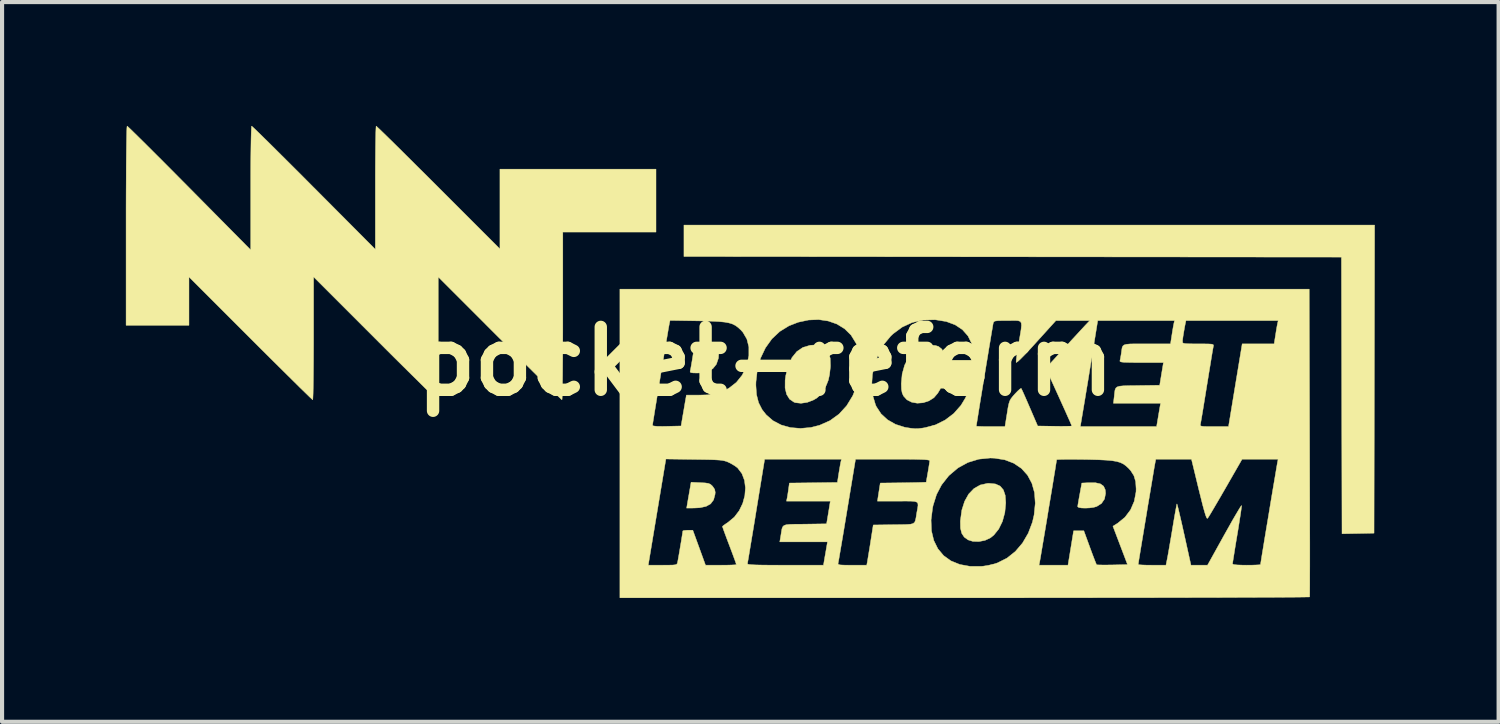
<source format=kicad_pcb>
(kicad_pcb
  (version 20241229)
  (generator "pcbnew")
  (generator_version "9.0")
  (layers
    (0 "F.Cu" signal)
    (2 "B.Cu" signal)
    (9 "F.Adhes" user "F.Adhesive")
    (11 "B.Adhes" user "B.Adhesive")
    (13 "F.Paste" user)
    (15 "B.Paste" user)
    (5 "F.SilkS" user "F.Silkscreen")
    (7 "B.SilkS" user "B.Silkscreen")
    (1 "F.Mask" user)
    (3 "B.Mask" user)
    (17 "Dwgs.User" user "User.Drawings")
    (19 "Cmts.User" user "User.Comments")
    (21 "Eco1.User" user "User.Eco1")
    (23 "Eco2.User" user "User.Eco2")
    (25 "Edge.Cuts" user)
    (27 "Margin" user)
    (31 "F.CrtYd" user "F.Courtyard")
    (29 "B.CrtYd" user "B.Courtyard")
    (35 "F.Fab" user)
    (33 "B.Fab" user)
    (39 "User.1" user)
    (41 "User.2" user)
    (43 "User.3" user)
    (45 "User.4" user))
  (footprint "pocket-reform"
    (layer "F.Cu")
    (at 15.499 5.706)
    (property "Reference" "pocket-reform" (at 0 0 0) (layer "F.SilkS") (effects (font (size 1.524 1.524) (thickness 0.3))))
    (attr through_hole)
    (fp_poly (pts (xy 14.746 4.163) (xy 14.358 4.171) (xy 13.97 4.178) (xy 13.963 0.826) (xy 13.956 -2.526) (xy 5.99 -2.533) (xy -1.976 -2.54) (xy -1.976 -3.302) (xy 14.76 -3.302) (xy 14.746 4.163)) (stroke (width 0.01) (type solid)) (fill yes) (layer "F.SilkS"))
    (fp_poly (pts (xy -1.377 -0.407) (xy -1.25 -0.359) (xy -1.169 -0.281) (xy -1.134 -0.175) (xy -1.14 -0.078) (xy -1.19 0.07) (xy -1.277 0.178) (xy -1.405 0.247) (xy -1.573 0.28) (xy -1.65 0.282) (xy -1.75 0.281) (xy -1.805 0.273) (xy -1.826 0.258) (xy -1.824 0.233) (xy -1.814 0.186) (xy -1.798 0.096) (xy -1.778 -0.021) (xy -1.762 -0.12) (xy -1.713 -0.423) (xy -1.547 -0.423) (xy -1.377 -0.407)) (stroke (width 0.01) (type solid)) (fill yes) (layer "F.SilkS"))
    (fp_poly (pts (xy -1.576 2.94) (xy -1.461 2.946) (xy -1.386 2.957) (xy -1.337 2.977) (xy -1.297 3.011) (xy -1.278 3.032) (xy -1.231 3.102) (xy -1.218 3.174) (xy -1.223 3.227) (xy -1.258 3.357) (xy -1.329 3.452) (xy -1.439 3.514) (xy -1.592 3.547) (xy -1.725 3.554) (xy -1.911 3.556) (xy -1.874 3.337) (xy -1.853 3.218) (xy -1.834 3.108) (xy -1.82 3.029) (xy -1.82 3.024) (xy -1.803 2.929) (xy -1.576 2.94)) (stroke (width 0.01) (type solid)) (fill yes) (layer "F.SilkS"))
    (fp_poly (pts (xy 7.997 2.942) (xy 8.116 2.969) (xy 8.193 3.025) (xy 8.233 3.112) (xy 8.241 3.199) (xy 8.215 3.335) (xy 8.142 3.443) (xy 8.025 3.517) (xy 7.951 3.538) (xy 7.855 3.551) (xy 7.753 3.556) (xy 7.661 3.553) (xy 7.593 3.542) (xy 7.565 3.523) (xy 7.565 3.521) (xy 7.57 3.479) (xy 7.584 3.396) (xy 7.603 3.286) (xy 7.616 3.217) (xy 7.665 2.949) (xy 7.832 2.941) (xy 7.997 2.942)) (stroke (width 0.01) (type solid)) (fill yes) (layer "F.SilkS"))
    (fp_poly (pts (xy 5.571 2.971) (xy 5.686 3.023) (xy 5.764 3.114) (xy 5.809 3.247) (xy 5.822 3.426) (xy 5.822 3.432) (xy 5.8 3.664) (xy 5.742 3.877) (xy 5.652 4.062) (xy 5.534 4.209) (xy 5.45 4.277) (xy 5.319 4.338) (xy 5.17 4.367) (xy 5.024 4.362) (xy 4.911 4.327) (xy 4.816 4.259) (xy 4.756 4.168) (xy 4.725 4.044) (xy 4.722 3.878) (xy 4.724 3.85) (xy 4.758 3.602) (xy 4.826 3.39) (xy 4.924 3.215) (xy 5.051 3.083) (xy 5.203 2.996) (xy 5.378 2.957) (xy 5.417 2.956) (xy 5.571 2.971)) (stroke (width 0.01) (type solid)) (fill yes) (layer "F.SilkS"))
    (fp_poly (pts (xy 1.335 -0.376) (xy 1.449 -0.317) (xy 1.527 -0.217) (xy 1.568 -0.075) (xy 1.574 0.11) (xy 1.571 0.153) (xy 1.552 0.321) (xy 1.523 0.454) (xy 1.476 0.574) (xy 1.406 0.703) (xy 1.405 0.705) (xy 1.328 0.814) (xy 1.24 0.891) (xy 1.161 0.937) (xy 1.012 0.994) (xy 0.861 1.016) (xy 0.725 1.001) (xy 0.691 0.989) (xy 0.584 0.916) (xy 0.512 0.8) (xy 0.475 0.646) (xy 0.476 0.456) (xy 0.491 0.346) (xy 0.552 0.103) (xy 0.642 -0.092) (xy 0.761 -0.239) (xy 0.908 -0.338) (xy 1.082 -0.389) (xy 1.182 -0.395) (xy 1.335 -0.376)) (stroke (width 0.01) (type solid)) (fill yes) (layer "F.SilkS"))
    (fp_poly (pts (xy -9.411 -5.681) (xy -9.351 -5.625) (xy -9.258 -5.535) (xy -9.134 -5.414) (xy -8.983 -5.266) (xy -8.808 -5.093) (xy -8.613 -4.899) (xy -8.399 -4.686) (xy -8.17 -4.459) (xy -7.93 -4.219) (xy -7.923 -4.212) (xy -6.435 -2.724) (xy -6.435 -4.657) (xy -2.653 -4.657) (xy -2.653 -3.133) (xy -4.911 -3.133) (xy -4.911 -1.101) (xy -4.911 -0.768) (xy -4.912 -0.452) (xy -4.913 -0.157) (xy -4.915 0.112) (xy -4.917 0.35) (xy -4.92 0.554) (xy -4.922 0.718) (xy -4.925 0.839) (xy -4.929 0.911) (xy -4.932 0.931) (xy -4.955 0.912) (xy -5.014 0.856) (xy -5.107 0.765) (xy -5.231 0.645) (xy -5.382 0.496) (xy -5.557 0.323) (xy -5.753 0.129) (xy -5.966 -0.083) (xy -6.195 -0.311) (xy -6.435 -0.551) (xy -6.442 -0.557) (xy -7.93 -2.046) (xy -7.93 -0.557) (xy -7.931 -0.273) (xy -7.932 -0.007) (xy -7.934 0.236) (xy -7.936 0.451) (xy -7.939 0.633) (xy -7.942 0.776) (xy -7.946 0.876) (xy -7.95 0.926) (xy -7.952 0.931) (xy -7.974 0.912) (xy -8.034 0.856) (xy -8.127 0.765) (xy -8.251 0.645) (xy -8.401 0.496) (xy -8.576 0.323) (xy -8.772 0.129) (xy -8.986 -0.083) (xy -9.215 -0.311) (xy -9.455 -0.551) (xy -9.461 -0.557) (xy -10.95 -2.046) (xy -10.95 -0.557) (xy -10.951 -0.273) (xy -10.952 -0.007) (xy -10.954 0.236) (xy -10.956 0.451) (xy -10.959 0.633) (xy -10.962 0.776) (xy -10.966 0.876) (xy -10.97 0.926) (xy -10.971 0.931) (xy -10.994 0.912) (xy -11.054 0.856) (xy -11.147 0.765) (xy -11.271 0.645) (xy -11.421 0.496) (xy -11.596 0.323) (xy -11.792 0.129) (xy -12.006 -0.083) (xy -12.235 -0.311) (xy -12.475 -0.551) (xy -12.481 -0.557) (xy -13.97 -2.046) (xy -13.97 -0.875) (xy -15.494 -0.875) (xy -15.494 -3.288) (xy -15.494 -3.693) (xy -15.493 -4.07) (xy -15.491 -4.415) (xy -15.49 -4.727) (xy -15.487 -5) (xy -15.484 -5.233) (xy -15.481 -5.423) (xy -15.478 -5.566) (xy -15.474 -5.659) (xy -15.469 -5.699) (xy -15.468 -5.701) (xy -15.445 -5.681) (xy -15.385 -5.625) (xy -15.292 -5.534) (xy -15.168 -5.412) (xy -15.017 -5.263) (xy -14.843 -5.089) (xy -14.647 -4.894) (xy -14.434 -4.68) (xy -14.207 -4.451) (xy -13.968 -4.21) (xy -13.958 -4.2) (xy -12.474 -2.7) (xy -12.474 -4.2) (xy -12.474 -4.486) (xy -12.473 -4.753) (xy -12.471 -4.997) (xy -12.468 -5.214) (xy -12.465 -5.397) (xy -12.461 -5.542) (xy -12.457 -5.643) (xy -12.453 -5.695) (xy -12.451 -5.701) (xy -12.428 -5.681) (xy -12.368 -5.625) (xy -12.275 -5.535) (xy -12.151 -5.413) (xy -12 -5.265) (xy -11.825 -5.091) (xy -11.63 -4.897) (xy -11.416 -4.684) (xy -11.188 -4.456) (xy -10.949 -4.215) (xy -10.941 -4.208) (xy -9.454 -2.714) (xy -9.454 -4.208) (xy -9.454 -4.492) (xy -9.453 -4.759) (xy -9.451 -5.002) (xy -9.449 -5.218) (xy -9.446 -5.4) (xy -9.443 -5.544) (xy -9.439 -5.644) (xy -9.435 -5.695) (xy -9.433 -5.701) (xy -9.411 -5.681)) (stroke (width 0.01) (type solid)) (fill yes) (layer "F.SilkS"))
    (fp_poly (pts (xy 13.185 1.968) (xy 13.186 2.422) (xy 13.187 2.86) (xy 13.188 3.279) (xy 13.189 3.676) (xy 13.189 4.048) (xy 13.19 4.391) (xy 13.19 4.701) (xy 13.19 4.976) (xy 13.189 5.213) (xy 13.189 5.407) (xy 13.188 5.556) (xy 13.187 5.656) (xy 13.186 5.704) (xy 13.186 5.708) (xy 13.157 5.71) (xy 13.074 5.711) (xy 12.94 5.713) (xy 12.755 5.715) (xy 12.522 5.716) (xy 12.244 5.718) (xy 11.923 5.719) (xy 11.561 5.72) (xy 11.16 5.722) (xy 10.723 5.723) (xy 10.25 5.724) (xy 9.746 5.725) (xy 9.212 5.726) (xy 8.649 5.727) (xy 8.062 5.727) (xy 7.45 5.728) (xy 6.818 5.728) (xy 6.166 5.729) (xy 5.497 5.729) (xy 4.824 5.729) (xy -3.528 5.729) (xy -3.528 4.939) (xy -2.841 4.939) (xy -2.493 4.939) (xy -2.348 4.938) (xy -2.25 4.936) (xy -2.189 4.93) (xy -2.155 4.918) (xy -2.139 4.899) (xy -2.132 4.875) (xy -2.122 4.825) (xy -2.106 4.736) (xy -2.086 4.621) (xy -2.065 4.494) (xy -2.043 4.367) (xy -2.025 4.253) (xy -2.011 4.165) (xy -2.004 4.115) (xy -2.004 4.11) (xy -1.979 4.099) (xy -1.915 4.093) (xy -1.882 4.092) (xy -1.761 4.092) (xy -1.607 4.515) (xy -1.453 4.939) (xy -1.079 4.939) (xy -0.942 4.938) (xy -0.827 4.935) (xy -0.745 4.931) (xy -0.707 4.925) (xy -0.706 4.924) (xy -0.712 4.904) (xy -0.439 4.904) (xy -0.43 4.914) (xy -0.396 4.922) (xy -0.331 4.928) (xy -0.23 4.933) (xy -0.089 4.936) (xy 0.097 4.938) (xy 0.332 4.939) (xy 0.478 4.939) (xy 1.405 4.939) (xy 1.41 4.91) (xy 1.759 4.91) (xy 1.774 4.924) (xy 1.815 4.933) (xy 1.889 4.937) (xy 2.006 4.939) (xy 2.099 4.939) (xy 2.453 4.939) (xy 2.47 4.847) (xy 2.48 4.786) (xy 2.497 4.682) (xy 2.519 4.549) (xy 2.543 4.4) (xy 2.549 4.36) (xy 2.611 3.965) (xy 3.111 3.958) (xy 3.292 3.956) (xy 3.424 3.953) (xy 3.516 3.946) (xy 3.576 3.93) (xy 3.613 3.901) (xy 3.634 3.853) (xy 3.636 3.844) (xy 4.012 3.844) (xy 4.022 4.107) (xy 4.078 4.34) (xy 4.177 4.541) (xy 4.316 4.707) (xy 4.494 4.835) (xy 4.708 4.922) (xy 4.955 4.967) (xy 5.235 4.967) (xy 5.278 4.963) (xy 5.408 4.942) (xy 5.419 4.939) (xy 6.628 4.939) (xy 7.33 4.939) (xy 7.398 4.523) (xy 7.466 4.106) (xy 7.714 4.106) (xy 7.862 4.511) (xy 7.914 4.652) (xy 7.96 4.773) (xy 7.996 4.865) (xy 8.018 4.918) (xy 8.023 4.928) (xy 8.054 4.932) (xy 8.131 4.934) (xy 8.243 4.935) (xy 8.378 4.933) (xy 8.404 4.933) (xy 8.773 4.925) (xy 8.772 4.924) (xy 9.031 4.924) (xy 9.058 4.929) (xy 9.129 4.934) (xy 9.236 4.938) (xy 9.366 4.939) (xy 9.704 4.939) (xy 9.734 4.791) (xy 9.748 4.718) (xy 9.769 4.6) (xy 9.795 4.449) (xy 9.825 4.275) (xy 9.856 4.09) (xy 9.862 4.054) (xy 9.891 3.879) (xy 9.918 3.723) (xy 9.941 3.596) (xy 9.958 3.505) (xy 9.968 3.459) (xy 9.97 3.455) (xy 9.978 3.478) (xy 9.997 3.55) (xy 10.024 3.663) (xy 10.059 3.811) (xy 10.099 3.985) (xy 10.142 4.18) (xy 10.145 4.192) (xy 10.31 4.939) (xy 10.711 4.939) (xy 11.119 4.203) (xy 11.222 4.02) (xy 11.315 3.854) (xy 11.397 3.714) (xy 11.463 3.603) (xy 11.509 3.528) (xy 11.534 3.494) (xy 11.536 3.494) (xy 11.534 3.528) (xy 11.524 3.609) (xy 11.506 3.731) (xy 11.482 3.884) (xy 11.454 4.062) (xy 11.431 4.199) (xy 11.399 4.389) (xy 11.371 4.561) (xy 11.348 4.707) (xy 11.33 4.819) (xy 11.319 4.889) (xy 11.317 4.909) (xy 11.345 4.923) (xy 11.428 4.933) (xy 11.564 4.938) (xy 11.656 4.939) (xy 11.787 4.938) (xy 11.894 4.934) (xy 11.967 4.93) (xy 11.994 4.924) (xy 11.994 4.924) (xy 11.999 4.893) (xy 12.012 4.813) (xy 12.031 4.692) (xy 12.057 4.535) (xy 12.087 4.351) (xy 12.121 4.145) (xy 12.158 3.925) (xy 12.196 3.698) (xy 12.233 3.471) (xy 12.27 3.25) (xy 12.305 3.042) (xy 12.337 2.855) (xy 12.364 2.695) (xy 12.385 2.569) (xy 12.4 2.484) (xy 12.406 2.448) (xy 12.422 2.371) (xy 11.549 2.371) (xy 11.148 3.069) (xy 11.043 3.251) (xy 10.946 3.417) (xy 10.861 3.562) (xy 10.792 3.679) (xy 10.742 3.761) (xy 10.715 3.801) (xy 10.713 3.803) (xy 10.7 3.804) (xy 10.683 3.776) (xy 10.661 3.717) (xy 10.632 3.62) (xy 10.594 3.482) (xy 10.548 3.297) (xy 10.5 3.105) (xy 10.322 2.371) (xy 9.459 2.371) (xy 9.443 2.448) (xy 9.435 2.492) (xy 9.419 2.582) (xy 9.397 2.713) (xy 9.37 2.876) (xy 9.338 3.067) (xy 9.303 3.276) (xy 9.265 3.499) (xy 9.228 3.726) (xy 9.19 3.953) (xy 9.154 4.171) (xy 9.12 4.375) (xy 9.09 4.556) (xy 9.065 4.709) (xy 9.046 4.825) (xy 9.035 4.899) (xy 9.031 4.924) (xy 8.772 4.924) (xy 8.596 4.46) (xy 8.419 3.995) (xy 8.536 3.921) (xy 8.711 3.778) (xy 8.846 3.598) (xy 8.936 3.39) (xy 8.979 3.161) (xy 8.981 3.09) (xy 8.97 2.914) (xy 8.928 2.772) (xy 8.851 2.65) (xy 8.797 2.59) (xy 8.735 2.533) (xy 8.672 2.487) (xy 8.599 2.452) (xy 8.511 2.426) (xy 8.398 2.407) (xy 8.255 2.394) (xy 8.073 2.385) (xy 7.845 2.379) (xy 7.74 2.377) (xy 7.55 2.375) (xy 7.381 2.374) (xy 7.239 2.375) (xy 7.133 2.377) (xy 7.07 2.38) (xy 7.056 2.384) (xy 7.051 2.415) (xy 7.038 2.495) (xy 7.019 2.617) (xy 6.993 2.773) (xy 6.963 2.958) (xy 6.929 3.164) (xy 6.892 3.384) (xy 6.854 3.611) (xy 6.817 3.839) (xy 6.78 4.06) (xy 6.745 4.268) (xy 6.713 4.455) (xy 6.686 4.615) (xy 6.665 4.742) (xy 6.65 4.826) (xy 6.644 4.861) (xy 6.628 4.939) (xy 5.419 4.939) (xy 5.547 4.908) (xy 5.623 4.883) (xy 5.852 4.768) (xy 6.055 4.606) (xy 6.228 4.403) (xy 6.367 4.165) (xy 6.468 3.898) (xy 6.509 3.721) (xy 6.537 3.439) (xy 6.519 3.182) (xy 6.455 2.954) (xy 6.349 2.757) (xy 6.203 2.595) (xy 6.019 2.47) (xy 5.8 2.386) (xy 5.548 2.346) (xy 5.447 2.342) (xy 5.168 2.37) (xy 4.906 2.45) (xy 4.666 2.581) (xy 4.453 2.761) (xy 4.432 2.783) (xy 4.267 2.993) (xy 4.145 3.226) (xy 4.061 3.494) (xy 4.049 3.553) (xy 4.012 3.844) (xy 3.636 3.844) (xy 3.648 3.783) (xy 3.663 3.686) (xy 3.668 3.657) (xy 3.686 3.56) (xy 3.696 3.49) (xy 3.692 3.441) (xy 3.666 3.411) (xy 3.612 3.394) (xy 3.522 3.387) (xy 3.391 3.386) (xy 3.209 3.387) (xy 3.205 3.387) (xy 2.713 3.387) (xy 2.729 3.281) (xy 2.745 3.178) (xy 2.762 3.07) (xy 2.763 3.062) (xy 2.781 2.949) (xy 3.338 2.942) (xy 3.508 2.939) (xy 3.658 2.936) (xy 3.777 2.933) (xy 3.859 2.93) (xy 3.894 2.928) (xy 3.895 2.927) (xy 3.899 2.899) (xy 3.911 2.828) (xy 3.929 2.727) (xy 3.937 2.681) (xy 3.956 2.568) (xy 3.971 2.474) (xy 3.979 2.416) (xy 3.979 2.406) (xy 3.967 2.396) (xy 3.928 2.388) (xy 3.858 2.381) (xy 3.751 2.377) (xy 3.603 2.373) (xy 3.409 2.371) (xy 3.165 2.371) (xy 3.081 2.371) (xy 2.182 2.371) (xy 1.978 3.605) (xy 1.935 3.864) (xy 1.895 4.106) (xy 1.858 4.326) (xy 1.825 4.519) (xy 1.798 4.677) (xy 1.778 4.796) (xy 1.764 4.869) (xy 1.76 4.889) (xy 1.759 4.91) (xy 1.41 4.91) (xy 1.437 4.748) (xy 1.457 4.635) (xy 1.475 4.531) (xy 1.486 4.466) (xy 1.502 4.374) (xy 0.346 4.374) (xy 0.371 4.226) (xy 0.386 4.131) (xy 0.398 4.06) (xy 0.416 4.011) (xy 0.447 3.979) (xy 0.499 3.96) (xy 0.581 3.951) (xy 0.699 3.947) (xy 0.863 3.946) (xy 0.952 3.945) (xy 1.48 3.937) (xy 1.526 3.662) (xy 1.571 3.387) (xy 0.509 3.387) (xy 0.525 3.309) (xy 0.538 3.234) (xy 0.553 3.134) (xy 0.559 3.09) (xy 0.579 2.949) (xy 1.161 2.942) (xy 1.742 2.934) (xy 1.776 2.716) (xy 1.795 2.602) (xy 1.812 2.504) (xy 1.824 2.439) (xy 1.826 2.434) (xy 1.841 2.371) (xy -0.02 2.371) (xy -0.224 3.619) (xy -0.266 3.879) (xy -0.306 4.121) (xy -0.343 4.342) (xy -0.375 4.534) (xy -0.401 4.692) (xy -0.421 4.81) (xy -0.434 4.882) (xy -0.439 4.904) (xy -0.712 4.904) (xy -0.715 4.894) (xy -0.741 4.82) (xy -0.781 4.711) (xy -0.831 4.577) (xy -0.875 4.461) (xy -0.931 4.313) (xy -0.979 4.184) (xy -1.016 4.083) (xy -1.038 4.02) (xy -1.044 4.001) (xy -1.023 3.981) (xy -0.966 3.94) (xy -0.905 3.899) (xy -0.755 3.774) (xy -0.637 3.618) (xy -0.552 3.442) (xy -0.501 3.255) (xy -0.486 3.066) (xy -0.509 2.884) (xy -0.571 2.72) (xy -0.675 2.583) (xy -0.682 2.577) (xy -0.747 2.529) (xy -0.838 2.475) (xy -0.889 2.45) (xy -0.936 2.429) (xy -0.984 2.414) (xy -1.039 2.402) (xy -1.111 2.393) (xy -1.206 2.387) (xy -1.335 2.382) (xy -1.503 2.379) (xy -1.72 2.376) (xy -1.722 2.376) (xy -2.413 2.366) (xy -2.627 3.653) (xy -2.841 4.939) (xy -3.528 4.939) (xy -3.528 1.552) (xy -2.738 1.552) (xy -2.711 1.566) (xy -2.63 1.574) (xy -2.494 1.576) (xy -2.392 1.574) (xy -2.046 1.566) (xy -1.998 1.284) (xy -1.975 1.153) (xy -1.955 1.034) (xy -1.939 0.942) (xy -1.933 0.91) (xy -1.917 0.818) (xy -1.613 0.818) (xy -1.405 0.812) (xy -1.236 0.79) (xy -1.089 0.749) (xy -0.947 0.684) (xy -0.876 0.643) (xy -0.794 0.579) (xy -0.233 0.579) (xy -0.217 0.807) (xy -0.168 1) (xy -0.082 1.169) (xy 0.017 1.295) (xy 0.182 1.438) (xy 0.381 1.542) (xy 0.606 1.605) (xy 0.849 1.625) (xy 1.102 1.602) (xy 1.312 1.548) (xy 1.564 1.436) (xy 1.782 1.278) (xy 1.966 1.077) (xy 2.114 0.834) (xy 2.206 0.607) (xy 2.215 0.575) (xy 2.574 0.575) (xy 2.598 0.823) (xy 2.665 1.05) (xy 2.686 1.097) (xy 2.801 1.272) (xy 2.959 1.417) (xy 3.153 1.527) (xy 3.373 1.597) (xy 3.416 1.605) (xy 3.536 1.623) (xy 3.624 1.631) (xy 3.706 1.629) (xy 3.806 1.617) (xy 3.866 1.607) (xy 4.006 1.57) (xy 5.108 1.57) (xy 5.135 1.574) (xy 5.207 1.577) (xy 5.314 1.58) (xy 5.445 1.58) (xy 5.456 1.58) (xy 5.803 1.58) (xy 7.629 1.58) (xy 9.477 1.58) (xy 9.509 1.39) (xy 9.528 1.277) (xy 9.546 1.172) (xy 9.557 1.108) (xy 9.574 1.016) (xy 8.431 1.016) (xy 8.451 0.845) (xy 8.46 0.758) (xy 8.469 0.695) (xy 8.488 0.649) (xy 8.522 0.62) (xy 8.581 0.602) (xy 8.671 0.593) (xy 8.8 0.589) (xy 8.976 0.587) (xy 9.026 0.586) (xy 9.552 0.579) (xy 9.597 0.303) (xy 9.643 0.028) (xy 9.109 0.028) (xy 8.923 0.028) (xy 8.787 0.026) (xy 8.692 0.023) (xy 8.632 0.017) (xy 8.6 0.008) (xy 8.588 -0.004) (xy 8.59 -0.021) (xy 8.602 -0.079) (xy 8.617 -0.165) (xy 8.622 -0.198) (xy 8.632 -0.273) (xy 8.641 -0.33) (xy 8.658 -0.37) (xy 8.69 -0.397) (xy 8.744 -0.413) (xy 8.827 -0.421) (xy 8.948 -0.424) (xy 9.112 -0.424) (xy 9.241 -0.423) (xy 9.814 -0.423) (xy 9.822 -0.475) (xy 10.104 -0.475) (xy 10.108 -0.454) (xy 10.126 -0.44) (xy 10.168 -0.431) (xy 10.242 -0.426) (xy 10.356 -0.424) (xy 10.485 -0.423) (xy 10.638 -0.423) (xy 10.743 -0.421) (xy 10.809 -0.417) (xy 10.843 -0.408) (xy 10.856 -0.393) (xy 10.854 -0.37) (xy 10.852 -0.36) (xy 10.844 -0.317) (xy 10.828 -0.226) (xy 10.806 -0.093) (xy 10.779 0.073) (xy 10.747 0.266) (xy 10.713 0.477) (xy 10.696 0.579) (xy 10.661 0.797) (xy 10.628 0.999) (xy 10.599 1.178) (xy 10.574 1.327) (xy 10.555 1.438) (xy 10.543 1.504) (xy 10.541 1.517) (xy 10.536 1.543) (xy 10.543 1.561) (xy 10.571 1.572) (xy 10.628 1.578) (xy 10.723 1.58) (xy 10.865 1.58) (xy 11.22 1.58) (xy 11.385 0.579) (xy 11.551 -0.423) (xy 12.325 -0.423) (xy 12.36 -0.642) (xy 12.378 -0.756) (xy 12.395 -0.854) (xy 12.408 -0.919) (xy 12.409 -0.924) (xy 12.424 -0.988) (xy 10.189 -0.988) (xy 10.175 -0.924) (xy 10.156 -0.828) (xy 10.137 -0.717) (xy 10.119 -0.608) (xy 10.107 -0.52) (xy 10.104 -0.475) (xy 9.822 -0.475) (xy 9.848 -0.642) (xy 9.866 -0.756) (xy 9.883 -0.854) (xy 9.896 -0.919) (xy 9.897 -0.924) (xy 9.912 -0.988) (xy 8.051 -0.988) (xy 7.947 -0.346) (xy 7.909 -0.106) (xy 7.864 0.166) (xy 7.818 0.449) (xy 7.773 0.719) (xy 7.737 0.938) (xy 7.629 1.58) (xy 5.803 1.58) (xy 5.854 1.263) (xy 5.876 1.125) (xy 5.896 1.029) (xy 5.918 0.96) (xy 5.949 0.904) (xy 5.994 0.846) (xy 6.042 0.792) (xy 6.111 0.72) (xy 6.165 0.671) (xy 6.194 0.654) (xy 6.195 0.654) (xy 6.211 0.684) (xy 6.245 0.757) (xy 6.293 0.865) (xy 6.351 0.998) (xy 6.403 1.118) (xy 6.596 1.566) (xy 7.009 1.574) (xy 7.155 1.576) (xy 7.278 1.575) (xy 7.368 1.573) (xy 7.417 1.568) (xy 7.422 1.566) (xy 7.411 1.537) (xy 7.38 1.463) (xy 7.33 1.352) (xy 7.267 1.21) (xy 7.192 1.044) (xy 7.109 0.861) (xy 7.108 0.858) (xy 6.793 0.166) (xy 6.877 0.076) (xy 6.923 0.025) (xy 7 -0.058) (xy 7.098 -0.165) (xy 7.209 -0.287) (xy 7.296 -0.381) (xy 7.414 -0.511) (xy 7.529 -0.635) (xy 7.63 -0.745) (xy 7.708 -0.829) (xy 7.744 -0.868) (xy 7.858 -0.988) (xy 7.038 -0.988) (xy 6.56 -0.46) (xy 6.408 -0.293) (xy 6.281 -0.159) (xy 6.182 -0.059) (xy 6.114 0.004) (xy 6.078 0.027) (xy 6.074 0.024) (xy 6.075 -0.018) (xy 6.085 -0.105) (xy 6.102 -0.225) (xy 6.125 -0.369) (xy 6.137 -0.444) (xy 6.17 -0.632) (xy 6.193 -0.772) (xy 6.203 -0.87) (xy 6.197 -0.933) (xy 6.17 -0.969) (xy 6.119 -0.986) (xy 6.041 -0.99) (xy 5.932 -0.988) (xy 5.871 -0.988) (xy 5.728 -0.987) (xy 5.632 -0.985) (xy 5.572 -0.978) (xy 5.54 -0.966) (xy 5.525 -0.946) (xy 5.518 -0.924) (xy 5.511 -0.887) (xy 5.497 -0.801) (xy 5.475 -0.675) (xy 5.449 -0.514) (xy 5.417 -0.327) (xy 5.383 -0.118) (xy 5.346 0.103) (xy 5.309 0.332) (xy 5.271 0.56) (xy 5.235 0.781) (xy 5.201 0.987) (xy 5.171 1.173) (xy 5.146 1.331) (xy 5.126 1.455) (xy 5.113 1.536) (xy 5.108 1.569) (xy 5.108 1.57) (xy 4.006 1.57) (xy 4.119 1.539) (xy 4.354 1.422) (xy 4.563 1.263) (xy 4.736 1.067) (xy 4.84 0.895) (xy 4.885 0.799) (xy 4.914 0.722) (xy 4.924 0.678) (xy 4.923 0.674) (xy 4.89 0.664) (xy 4.813 0.657) (xy 4.702 0.652) (xy 4.577 0.65) (xy 4.247 0.651) (xy 4.174 0.772) (xy 4.081 0.881) (xy 3.959 0.958) (xy 3.821 1.003) (xy 3.678 1.014) (xy 3.543 0.99) (xy 3.427 0.931) (xy 3.344 0.839) (xy 3.312 0.768) (xy 3.295 0.676) (xy 3.291 0.548) (xy 3.291 0.536) (xy 3.312 0.306) (xy 3.371 0.094) (xy 3.464 -0.089) (xy 3.584 -0.237) (xy 3.727 -0.34) (xy 3.845 -0.379) (xy 3.983 -0.394) (xy 4.116 -0.384) (xy 4.192 -0.361) (xy 4.271 -0.298) (xy 4.327 -0.201) (xy 4.346 -0.1) (xy 4.346 -0.028) (xy 5.06 -0.028) (xy 5.043 -0.21) (xy 4.998 -0.429) (xy 4.907 -0.615) (xy 4.772 -0.768) (xy 4.596 -0.885) (xy 4.381 -0.965) (xy 4.129 -1.006) (xy 4.106 -1.008) (xy 3.82 -1.001) (xy 3.556 -0.942) (xy 3.314 -0.831) (xy 3.093 -0.668) (xy 3.032 -0.61) (xy 2.87 -0.414) (xy 2.741 -0.187) (xy 2.648 0.06) (xy 2.591 0.318) (xy 2.574 0.575) (xy 2.215 0.575) (xy 2.236 0.503) (xy 2.256 0.403) (xy 2.267 0.288) (xy 2.271 0.142) (xy 2.272 0.071) (xy 2.271 -0.077) (xy 2.266 -0.184) (xy 2.256 -0.265) (xy 2.237 -0.334) (xy 2.207 -0.408) (xy 2.19 -0.446) (xy 2.073 -0.636) (xy 1.918 -0.789) (xy 1.731 -0.904) (xy 1.519 -0.978) (xy 1.288 -1.012) (xy 1.044 -1.002) (xy 0.792 -0.948) (xy 0.569 -0.861) (xy 0.346 -0.724) (xy 0.155 -0.545) (xy -0.001 -0.327) (xy -0.12 -0.077) (xy -0.197 0.2) (xy -0.231 0.5) (xy -0.233 0.579) (xy -0.794 0.579) (xy -0.706 0.51) (xy -0.566 0.336) (xy -0.466 0.133) (xy -0.451 0.089) (xy -0.403 -0.139) (xy -0.403 -0.35) (xy -0.451 -0.539) (xy -0.546 -0.703) (xy -0.596 -0.759) (xy -0.661 -0.819) (xy -0.725 -0.867) (xy -0.797 -0.904) (xy -0.884 -0.931) (xy -0.993 -0.951) (xy -1.133 -0.964) (xy -1.31 -0.973) (xy -1.533 -0.979) (xy -1.643 -0.981) (xy -2.312 -0.992) (xy -2.327 -0.927) (xy -2.335 -0.883) (xy -2.352 -0.792) (xy -2.374 -0.66) (xy -2.402 -0.495) (xy -2.434 -0.304) (xy -2.469 -0.093) (xy -2.507 0.13) (xy -2.545 0.359) (xy -2.582 0.586) (xy -2.618 0.805) (xy -2.651 1.008) (xy -2.681 1.19) (xy -2.705 1.342) (xy -2.724 1.457) (xy -2.735 1.53) (xy -2.738 1.552) (xy -3.528 1.552) (xy -3.528 -1.75) (xy 13.175 -1.75) (xy 13.185 1.968)) (stroke (width 0.01) (type solid)) (fill yes) (layer "F.SilkS")))
  (gr_rect
    (start -3 -3)
    (end 33.264 14.44)
    (stroke (width 0.1) (type default))
    (fill no)
    (layer "Edge.Cuts")))
</source>
